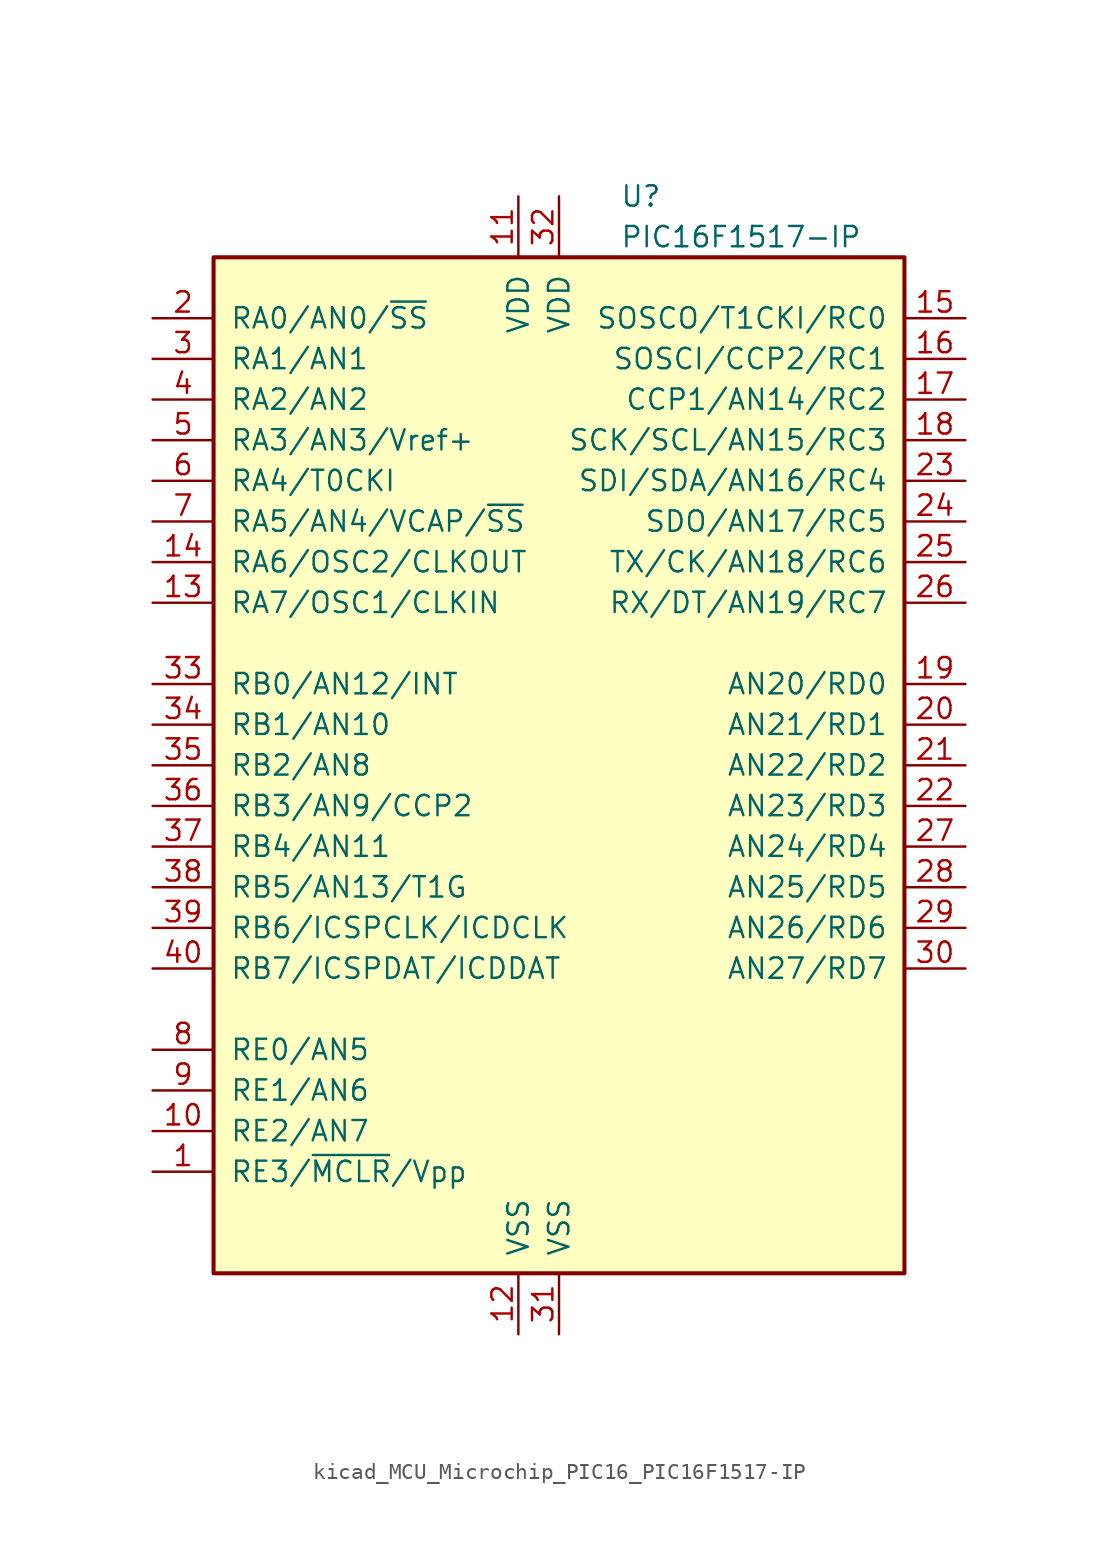
<source format=kicad_sym>
(kicad_symbol_lib
  (version 20220914)
  (generator kicad_symbol_editor)
  (symbol "kicad_MCU_Microchip_PIC16_PIC16F1517-IP"
    (pin_names
      (offset 1.016))
    (property "Reference" "U"
      (at 3.81 35.56 0)
      (effects (font (size 1.27 1.27)) (justify left)))
    (property "Value" "PIC16F1517-IP"
      (at 3.81 33.02 0)
      (effects (font (size 1.27 1.27)) (justify left)))
    (symbol "kicad_MCU_Microchip_PIC16_PIC16F1517-IP_0_1"
      (rectangle (start -21.59 31.75) (end 21.59 -31.75) (stroke (width 0.254) (type default)) (fill (type background))))
    (symbol "kicad_MCU_Microchip_PIC16_PIC16F1517-IP_1_1"
      (pin input line (at -25.4 -25.4 0) (length 3.81) (name "RE3/~{MCLR}/Vpp" (effects (font (size 1.27 1.27)))) (number "1" (effects (font (size 1.27 1.27)))))
      (pin bidirectional line (at -25.4 -22.86 0) (length 3.81) (name "RE2/AN7" (effects (font (size 1.27 1.27)))) (number "10" (effects (font (size 1.27 1.27)))))
      (pin power_in line (at -2.54 35.56 270) (length 3.81) (name "VDD" (effects (font (size 1.27 1.27)))) (number "11" (effects (font (size 1.27 1.27)))))
      (pin power_in line (at -2.54 -35.56 90) (length 3.81) (name "VSS" (effects (font (size 1.27 1.27)))) (number "12" (effects (font (size 1.27 1.27)))))
      (pin bidirectional line (at -25.4 10.16 0) (length 3.81) (name "RA7/OSC1/CLKIN" (effects (font (size 1.27 1.27)))) (number "13" (effects (font (size 1.27 1.27)))))
      (pin bidirectional line (at -25.4 12.7 0) (length 3.81) (name "RA6/OSC2/CLKOUT" (effects (font (size 1.27 1.27)))) (number "14" (effects (font (size 1.27 1.27)))))
      (pin bidirectional line (at 25.4 27.94 180) (length 3.81) (name "SOSCO/T1CKI/RC0" (effects (font (size 1.27 1.27)))) (number "15" (effects (font (size 1.27 1.27)))))
      (pin bidirectional line (at 25.4 25.4 180) (length 3.81) (name "SOSCI/CCP2/RC1" (effects (font (size 1.27 1.27)))) (number "16" (effects (font (size 1.27 1.27)))))
      (pin bidirectional line (at 25.4 22.86 180) (length 3.81) (name "CCP1/AN14/RC2" (effects (font (size 1.27 1.27)))) (number "17" (effects (font (size 1.27 1.27)))))
      (pin bidirectional line (at 25.4 20.32 180) (length 3.81) (name "SCK/SCL/AN15/RC3" (effects (font (size 1.27 1.27)))) (number "18" (effects (font (size 1.27 1.27)))))
      (pin bidirectional line (at 25.4 5.08 180) (length 3.81) (name "AN20/RD0" (effects (font (size 1.27 1.27)))) (number "19" (effects (font (size 1.27 1.27)))))
      (pin bidirectional line (at -25.4 27.94 0) (length 3.81) (name "RA0/AN0/~{SS}" (effects (font (size 1.27 1.27)))) (number "2" (effects (font (size 1.27 1.27)))))
      (pin bidirectional line (at 25.4 2.54 180) (length 3.81) (name "AN21/RD1" (effects (font (size 1.27 1.27)))) (number "20" (effects (font (size 1.27 1.27)))))
      (pin bidirectional line (at 25.4 0 180) (length 3.81) (name "AN22/RD2" (effects (font (size 1.27 1.27)))) (number "21" (effects (font (size 1.27 1.27)))))
      (pin bidirectional line (at 25.4 -2.54 180) (length 3.81) (name "AN23/RD3" (effects (font (size 1.27 1.27)))) (number "22" (effects (font (size 1.27 1.27)))))
      (pin bidirectional line (at 25.4 17.78 180) (length 3.81) (name "SDI/SDA/AN16/RC4" (effects (font (size 1.27 1.27)))) (number "23" (effects (font (size 1.27 1.27)))))
      (pin bidirectional line (at 25.4 15.24 180) (length 3.81) (name "SDO/AN17/RC5" (effects (font (size 1.27 1.27)))) (number "24" (effects (font (size 1.27 1.27)))))
      (pin bidirectional line (at 25.4 12.7 180) (length 3.81) (name "TX/CK/AN18/RC6" (effects (font (size 1.27 1.27)))) (number "25" (effects (font (size 1.27 1.27)))))
      (pin bidirectional line (at 25.4 10.16 180) (length 3.81) (name "RX/DT/AN19/RC7" (effects (font (size 1.27 1.27)))) (number "26" (effects (font (size 1.27 1.27)))))
      (pin bidirectional line (at 25.4 -5.08 180) (length 3.81) (name "AN24/RD4" (effects (font (size 1.27 1.27)))) (number "27" (effects (font (size 1.27 1.27)))))
      (pin bidirectional line (at 25.4 -7.62 180) (length 3.81) (name "AN25/RD5" (effects (font (size 1.27 1.27)))) (number "28" (effects (font (size 1.27 1.27)))))
      (pin bidirectional line (at 25.4 -10.16 180) (length 3.81) (name "AN26/RD6" (effects (font (size 1.27 1.27)))) (number "29" (effects (font (size 1.27 1.27)))))
      (pin bidirectional line (at -25.4 25.4 0) (length 3.81) (name "RA1/AN1" (effects (font (size 1.27 1.27)))) (number "3" (effects (font (size 1.27 1.27)))))
      (pin bidirectional line (at 25.4 -12.7 180) (length 3.81) (name "AN27/RD7" (effects (font (size 1.27 1.27)))) (number "30" (effects (font (size 1.27 1.27)))))
      (pin power_in line (at 0 -35.56 90) (length 3.81) (name "VSS" (effects (font (size 1.27 1.27)))) (number "31" (effects (font (size 1.27 1.27)))))
      (pin power_in line (at 0 35.56 270) (length 3.81) (name "VDD" (effects (font (size 1.27 1.27)))) (number "32" (effects (font (size 1.27 1.27)))))
      (pin bidirectional line (at -25.4 5.08 0) (length 3.81) (name "RB0/AN12/INT" (effects (font (size 1.27 1.27)))) (number "33" (effects (font (size 1.27 1.27)))))
      (pin bidirectional line (at -25.4 2.54 0) (length 3.81) (name "RB1/AN10" (effects (font (size 1.27 1.27)))) (number "34" (effects (font (size 1.27 1.27)))))
      (pin bidirectional line (at -25.4 0 0) (length 3.81) (name "RB2/AN8" (effects (font (size 1.27 1.27)))) (number "35" (effects (font (size 1.27 1.27)))))
      (pin bidirectional line (at -25.4 -2.54 0) (length 3.81) (name "RB3/AN9/CCP2" (effects (font (size 1.27 1.27)))) (number "36" (effects (font (size 1.27 1.27)))))
      (pin bidirectional line (at -25.4 -5.08 0) (length 3.81) (name "RB4/AN11" (effects (font (size 1.27 1.27)))) (number "37" (effects (font (size 1.27 1.27)))))
      (pin bidirectional line (at -25.4 -7.62 0) (length 3.81) (name "RB5/AN13/T1G" (effects (font (size 1.27 1.27)))) (number "38" (effects (font (size 1.27 1.27)))))
      (pin bidirectional line (at -25.4 -10.16 0) (length 3.81) (name "RB6/ICSPCLK/ICDCLK" (effects (font (size 1.27 1.27)))) (number "39" (effects (font (size 1.27 1.27)))))
      (pin bidirectional line (at -25.4 22.86 0) (length 3.81) (name "RA2/AN2" (effects (font (size 1.27 1.27)))) (number "4" (effects (font (size 1.27 1.27)))))
      (pin bidirectional line (at -25.4 -12.7 0) (length 3.81) (name "RB7/ICSPDAT/ICDDAT" (effects (font (size 1.27 1.27)))) (number "40" (effects (font (size 1.27 1.27)))))
      (pin bidirectional line (at -25.4 20.32 0) (length 3.81) (name "RA3/AN3/Vref+" (effects (font (size 1.27 1.27)))) (number "5" (effects (font (size 1.27 1.27)))))
      (pin bidirectional line (at -25.4 17.78 0) (length 3.81) (name "RA4/T0CKI" (effects (font (size 1.27 1.27)))) (number "6" (effects (font (size 1.27 1.27)))))
      (pin bidirectional line (at -25.4 15.24 0) (length 3.81) (name "RA5/AN4/VCAP/~{SS}" (effects (font (size 1.27 1.27)))) (number "7" (effects (font (size 1.27 1.27)))))
      (pin bidirectional line (at -25.4 -17.78 0) (length 3.81) (name "RE0/AN5" (effects (font (size 1.27 1.27)))) (number "8" (effects (font (size 1.27 1.27)))))
      (pin bidirectional line (at -25.4 -20.32 0) (length 3.81) (name "RE1/AN6" (effects (font (size 1.27 1.27)))) (number "9" (effects (font (size 1.27 1.27))))))))
</source>
